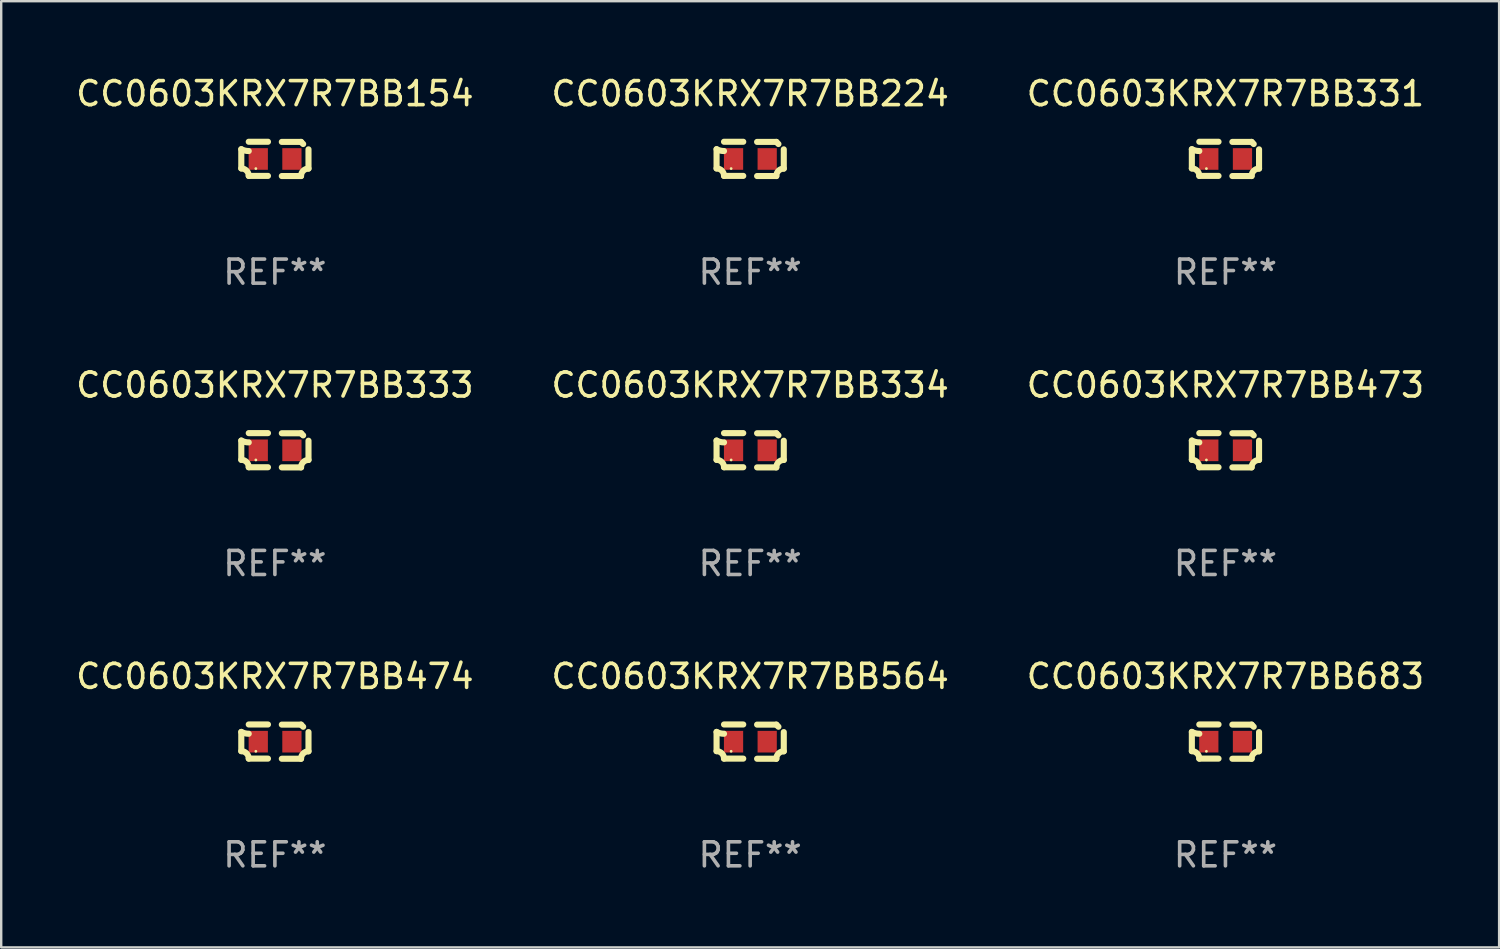
<source format=kicad_pcb>
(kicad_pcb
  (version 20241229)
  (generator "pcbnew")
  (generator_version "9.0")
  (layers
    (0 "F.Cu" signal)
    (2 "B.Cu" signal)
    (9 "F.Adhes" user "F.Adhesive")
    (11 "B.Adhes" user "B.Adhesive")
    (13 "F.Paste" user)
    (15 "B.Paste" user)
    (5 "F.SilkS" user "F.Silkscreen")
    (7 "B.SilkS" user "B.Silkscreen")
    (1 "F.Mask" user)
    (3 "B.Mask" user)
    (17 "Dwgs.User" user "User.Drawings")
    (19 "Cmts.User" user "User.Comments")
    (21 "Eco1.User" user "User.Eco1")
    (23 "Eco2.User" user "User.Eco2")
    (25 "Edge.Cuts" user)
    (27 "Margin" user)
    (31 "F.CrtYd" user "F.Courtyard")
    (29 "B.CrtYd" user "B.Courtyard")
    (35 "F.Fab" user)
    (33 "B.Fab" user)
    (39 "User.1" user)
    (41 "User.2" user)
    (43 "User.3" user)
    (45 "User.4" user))
  (footprint "CC0603KRX7R7BB333"
    (layer "F.Cu")
    (at 8.387 15.683)
    (property "Reference" "CC0603KRX7R7BB333" (at 0 -2.713 0) (layer "F.SilkS") (effects (font (size 1 1) (thickness 0.15))))
    (attr through_hole)
    (fp_line (start -1.398 -0.403) (end -1.398 0.397) (stroke (width 0.254) (type solid)) (layer "F.SilkS"))
    (fp_line (start -0.288 -0.713) (end -1.088 -0.713) (stroke (width 0.254) (type solid)) (layer "F.SilkS"))
    (fp_line (start -0.288 0.707) (end -1.088 0.707) (stroke (width 0.254) (type solid)) (layer "F.SilkS"))
    (fp_line (start 0.288 -0.707) (end 1.088 -0.707) (stroke (width 0.254) (type solid)) (layer "F.SilkS"))
    (fp_line (start 0.288 0.713) (end 1.088 0.713) (stroke (width 0.254) (type solid)) (layer "F.SilkS"))
    (fp_line (start 1.398 -0.397) (end 1.398 0.403) (stroke (width 0.254) (type solid)) (layer "F.SilkS"))
    (fp_arc (start -1.397789 0.397066) (mid -1.178701 0.487826) (end -1.08796 0.706922) (stroke (width 0.254001) (type solid)) (layer "F.SilkS"))
    (fp_arc (start -1.08796 -0.327176) (mid -1.247436 -0.346384) (end -1.39779 -0.402908) (stroke (width 0.254001) (type solid)) (layer "F.SilkS"))
    (fp_arc (start 1.087909 0.712738) (mid 1.178656 0.493655) (end 1.397739 0.402908) (stroke (width 0.254001) (type solid)) (layer "F.SilkS"))
    (fp_arc (start 1.175925 -0.618926) (mid 1.131917 -0.662923) (end 1.08791 -0.706922) (stroke (width 0.254001) (type solid)) (layer "F.SilkS"))
    (fp_circle (center -0.792 0.403) (end -0.762 0.403) (stroke (width 0.06) (type solid)) (fill no) (layer "F.SilkS"))
    (fp_text user "REF**" (at 0 4.713 0) (layer "F.Fab") (effects (font (size 1 1) (thickness 0.15))))
    (pad "1" smd rect (at -0.692 0.003) (size 0.8 0.9) (layers "F.Cu" "F.Mask" "F.Paste"))
    (pad "2" smd rect (at 0.708 0.003) (size 0.8 0.9) (layers "F.Cu" "F.Mask" "F.Paste")))
  (footprint "CC0603KRX7R7BB474"
    (layer "F.Cu")
    (at 8.387 27.805)
    (property "Reference" "CC0603KRX7R7BB474" (at 0 -2.713 0) (layer "F.SilkS") (effects (font (size 1 1) (thickness 0.15))))
    (attr through_hole)
    (fp_line (start -1.398 -0.403) (end -1.398 0.397) (stroke (width 0.254) (type solid)) (layer "F.SilkS"))
    (fp_line (start -0.288 -0.713) (end -1.088 -0.713) (stroke (width 0.254) (type solid)) (layer "F.SilkS"))
    (fp_line (start -0.288 0.707) (end -1.088 0.707) (stroke (width 0.254) (type solid)) (layer "F.SilkS"))
    (fp_line (start 0.288 -0.707) (end 1.088 -0.707) (stroke (width 0.254) (type solid)) (layer "F.SilkS"))
    (fp_line (start 0.288 0.713) (end 1.088 0.713) (stroke (width 0.254) (type solid)) (layer "F.SilkS"))
    (fp_line (start 1.398 -0.397) (end 1.398 0.403) (stroke (width 0.254) (type solid)) (layer "F.SilkS"))
    (fp_arc (start -1.397789 0.397066) (mid -1.178701 0.487826) (end -1.08796 0.706922) (stroke (width 0.254001) (type solid)) (layer "F.SilkS"))
    (fp_arc (start -1.08796 -0.327176) (mid -1.247436 -0.346384) (end -1.39779 -0.402908) (stroke (width 0.254001) (type solid)) (layer "F.SilkS"))
    (fp_arc (start 1.087909 0.712738) (mid 1.178656 0.493655) (end 1.397739 0.402908) (stroke (width 0.254001) (type solid)) (layer "F.SilkS"))
    (fp_arc (start 1.175925 -0.618926) (mid 1.131917 -0.662923) (end 1.08791 -0.706922) (stroke (width 0.254001) (type solid)) (layer "F.SilkS"))
    (fp_circle (center -0.792 0.403) (end -0.762 0.403) (stroke (width 0.06) (type solid)) (fill no) (layer "F.SilkS"))
    (fp_text user "REF**" (at 0 4.713 0) (layer "F.Fab") (effects (font (size 1 1) (thickness 0.15))))
    (pad "1" smd rect (at -0.692 0.003) (size 0.8 0.9) (layers "F.Cu" "F.Mask" "F.Paste"))
    (pad "2" smd rect (at 0.708 0.003) (size 0.8 0.9) (layers "F.Cu" "F.Mask" "F.Paste")))
  (footprint "CC0603KRX7R7BB473"
    (layer "F.Cu")
    (at 47.935 15.683)
    (property "Reference" "CC0603KRX7R7BB473" (at 0 -2.713 0) (layer "F.SilkS") (effects (font (size 1 1) (thickness 0.15))))
    (attr through_hole)
    (fp_line (start -1.398 -0.403) (end -1.398 0.397) (stroke (width 0.254) (type solid)) (layer "F.SilkS"))
    (fp_line (start -0.288 -0.713) (end -1.088 -0.713) (stroke (width 0.254) (type solid)) (layer "F.SilkS"))
    (fp_line (start -0.288 0.707) (end -1.088 0.707) (stroke (width 0.254) (type solid)) (layer "F.SilkS"))
    (fp_line (start 0.288 -0.707) (end 1.088 -0.707) (stroke (width 0.254) (type solid)) (layer "F.SilkS"))
    (fp_line (start 0.288 0.713) (end 1.088 0.713) (stroke (width 0.254) (type solid)) (layer "F.SilkS"))
    (fp_line (start 1.398 -0.397) (end 1.398 0.403) (stroke (width 0.254) (type solid)) (layer "F.SilkS"))
    (fp_arc (start -1.397789 0.397066) (mid -1.178701 0.487826) (end -1.08796 0.706922) (stroke (width 0.254001) (type solid)) (layer "F.SilkS"))
    (fp_arc (start -1.08796 -0.327176) (mid -1.247436 -0.346384) (end -1.39779 -0.402908) (stroke (width 0.254001) (type solid)) (layer "F.SilkS"))
    (fp_arc (start 1.087909 0.712738) (mid 1.178656 0.493655) (end 1.397739 0.402908) (stroke (width 0.254001) (type solid)) (layer "F.SilkS"))
    (fp_arc (start 1.175925 -0.618926) (mid 1.131917 -0.662923) (end 1.08791 -0.706922) (stroke (width 0.254001) (type solid)) (layer "F.SilkS"))
    (fp_circle (center -0.792 0.403) (end -0.762 0.403) (stroke (width 0.06) (type solid)) (fill no) (layer "F.SilkS"))
    (fp_text user "REF**" (at 0 4.713 0) (layer "F.Fab") (effects (font (size 1 1) (thickness 0.15))))
    (pad "1" smd rect (at -0.692 0.003) (size 0.8 0.9) (layers "F.Cu" "F.Mask" "F.Paste"))
    (pad "2" smd rect (at 0.708 0.003) (size 0.8 0.9) (layers "F.Cu" "F.Mask" "F.Paste")))
  (footprint "CC0603KRX7R7BB564"
    (layer "F.Cu")
    (at 28.161 27.805)
    (property "Reference" "CC0603KRX7R7BB564" (at 0 -2.713 0) (layer "F.SilkS") (effects (font (size 1 1) (thickness 0.15))))
    (attr through_hole)
    (fp_line (start -1.398 -0.403) (end -1.398 0.397) (stroke (width 0.254) (type solid)) (layer "F.SilkS"))
    (fp_line (start -0.288 -0.713) (end -1.088 -0.713) (stroke (width 0.254) (type solid)) (layer "F.SilkS"))
    (fp_line (start -0.288 0.707) (end -1.088 0.707) (stroke (width 0.254) (type solid)) (layer "F.SilkS"))
    (fp_line (start 0.288 -0.707) (end 1.088 -0.707) (stroke (width 0.254) (type solid)) (layer "F.SilkS"))
    (fp_line (start 0.288 0.713) (end 1.088 0.713) (stroke (width 0.254) (type solid)) (layer "F.SilkS"))
    (fp_line (start 1.398 -0.397) (end 1.398 0.403) (stroke (width 0.254) (type solid)) (layer "F.SilkS"))
    (fp_arc (start -1.397789 0.397066) (mid -1.178701 0.487826) (end -1.08796 0.706922) (stroke (width 0.254001) (type solid)) (layer "F.SilkS"))
    (fp_arc (start -1.08796 -0.327176) (mid -1.247436 -0.346384) (end -1.39779 -0.402908) (stroke (width 0.254001) (type solid)) (layer "F.SilkS"))
    (fp_arc (start 1.087909 0.712738) (mid 1.178656 0.493655) (end 1.397739 0.402908) (stroke (width 0.254001) (type solid)) (layer "F.SilkS"))
    (fp_arc (start 1.175925 -0.618926) (mid 1.131917 -0.662923) (end 1.08791 -0.706922) (stroke (width 0.254001) (type solid)) (layer "F.SilkS"))
    (fp_circle (center -0.792 0.403) (end -0.762 0.403) (stroke (width 0.06) (type solid)) (fill no) (layer "F.SilkS"))
    (fp_text user "REF**" (at 0 4.713 0) (layer "F.Fab") (effects (font (size 1 1) (thickness 0.15))))
    (pad "1" smd rect (at -0.692 0.003) (size 0.8 0.9) (layers "F.Cu" "F.Mask" "F.Paste"))
    (pad "2" smd rect (at 0.708 0.003) (size 0.8 0.9) (layers "F.Cu" "F.Mask" "F.Paste")))
  (footprint "CC0603KRX7R7BB224"
    (layer "F.Cu")
    (at 28.161 3.561)
    (property "Reference" "CC0603KRX7R7BB224" (at 0 -2.713 0) (layer "F.SilkS") (effects (font (size 1 1) (thickness 0.15))))
    (attr through_hole)
    (fp_line (start -1.398 -0.403) (end -1.398 0.397) (stroke (width 0.254) (type solid)) (layer "F.SilkS"))
    (fp_line (start -0.288 -0.713) (end -1.088 -0.713) (stroke (width 0.254) (type solid)) (layer "F.SilkS"))
    (fp_line (start -0.288 0.707) (end -1.088 0.707) (stroke (width 0.254) (type solid)) (layer "F.SilkS"))
    (fp_line (start 0.288 -0.707) (end 1.088 -0.707) (stroke (width 0.254) (type solid)) (layer "F.SilkS"))
    (fp_line (start 0.288 0.713) (end 1.088 0.713) (stroke (width 0.254) (type solid)) (layer "F.SilkS"))
    (fp_line (start 1.398 -0.397) (end 1.398 0.403) (stroke (width 0.254) (type solid)) (layer "F.SilkS"))
    (fp_arc (start -1.397789 0.397066) (mid -1.178701 0.487826) (end -1.08796 0.706922) (stroke (width 0.254001) (type solid)) (layer "F.SilkS"))
    (fp_arc (start -1.08796 -0.327176) (mid -1.247436 -0.346384) (end -1.39779 -0.402908) (stroke (width 0.254001) (type solid)) (layer "F.SilkS"))
    (fp_arc (start 1.087909 0.712738) (mid 1.178656 0.493655) (end 1.397739 0.402908) (stroke (width 0.254001) (type solid)) (layer "F.SilkS"))
    (fp_arc (start 1.175925 -0.618926) (mid 1.131917 -0.662923) (end 1.08791 -0.706922) (stroke (width 0.254001) (type solid)) (layer "F.SilkS"))
    (fp_circle (center -0.792 0.403) (end -0.762 0.403) (stroke (width 0.06) (type solid)) (fill no) (layer "F.SilkS"))
    (fp_text user "REF**" (at 0 4.713 0) (layer "F.Fab") (effects (font (size 1 1) (thickness 0.15))))
    (pad "1" smd rect (at -0.692 0.003) (size 0.8 0.9) (layers "F.Cu" "F.Mask" "F.Paste"))
    (pad "2" smd rect (at 0.708 0.003) (size 0.8 0.9) (layers "F.Cu" "F.Mask" "F.Paste")))
  (footprint "CC0603KRX7R7BB334"
    (layer "F.Cu")
    (at 28.161 15.683)
    (property "Reference" "CC0603KRX7R7BB334" (at 0 -2.713 0) (layer "F.SilkS") (effects (font (size 1 1) (thickness 0.15))))
    (attr through_hole)
    (fp_line (start -1.398 -0.403) (end -1.398 0.397) (stroke (width 0.254) (type solid)) (layer "F.SilkS"))
    (fp_line (start -0.288 -0.713) (end -1.088 -0.713) (stroke (width 0.254) (type solid)) (layer "F.SilkS"))
    (fp_line (start -0.288 0.707) (end -1.088 0.707) (stroke (width 0.254) (type solid)) (layer "F.SilkS"))
    (fp_line (start 0.288 -0.707) (end 1.088 -0.707) (stroke (width 0.254) (type solid)) (layer "F.SilkS"))
    (fp_line (start 0.288 0.713) (end 1.088 0.713) (stroke (width 0.254) (type solid)) (layer "F.SilkS"))
    (fp_line (start 1.398 -0.397) (end 1.398 0.403) (stroke (width 0.254) (type solid)) (layer "F.SilkS"))
    (fp_arc (start -1.397789 0.397066) (mid -1.178701 0.487826) (end -1.08796 0.706922) (stroke (width 0.254001) (type solid)) (layer "F.SilkS"))
    (fp_arc (start -1.08796 -0.327176) (mid -1.247436 -0.346384) (end -1.39779 -0.402908) (stroke (width 0.254001) (type solid)) (layer "F.SilkS"))
    (fp_arc (start 1.087909 0.712738) (mid 1.178656 0.493655) (end 1.397739 0.402908) (stroke (width 0.254001) (type solid)) (layer "F.SilkS"))
    (fp_arc (start 1.175925 -0.618926) (mid 1.131917 -0.662923) (end 1.08791 -0.706922) (stroke (width 0.254001) (type solid)) (layer "F.SilkS"))
    (fp_circle (center -0.792 0.403) (end -0.762 0.403) (stroke (width 0.06) (type solid)) (fill no) (layer "F.SilkS"))
    (fp_text user "REF**" (at 0 4.713 0) (layer "F.Fab") (effects (font (size 1 1) (thickness 0.15))))
    (pad "1" smd rect (at -0.692 0.003) (size 0.8 0.9) (layers "F.Cu" "F.Mask" "F.Paste"))
    (pad "2" smd rect (at 0.708 0.003) (size 0.8 0.9) (layers "F.Cu" "F.Mask" "F.Paste")))
  (footprint "CC0603KRX7R7BB154"
    (layer "F.Cu")
    (at 8.387 3.561)
    (property "Reference" "CC0603KRX7R7BB154" (at 0 -2.713 0) (layer "F.SilkS") (effects (font (size 1 1) (thickness 0.15))))
    (attr through_hole)
    (fp_line (start -1.398 -0.403) (end -1.398 0.397) (stroke (width 0.254) (type solid)) (layer "F.SilkS"))
    (fp_line (start -0.288 -0.713) (end -1.088 -0.713) (stroke (width 0.254) (type solid)) (layer "F.SilkS"))
    (fp_line (start -0.288 0.707) (end -1.088 0.707) (stroke (width 0.254) (type solid)) (layer "F.SilkS"))
    (fp_line (start 0.288 -0.707) (end 1.088 -0.707) (stroke (width 0.254) (type solid)) (layer "F.SilkS"))
    (fp_line (start 0.288 0.713) (end 1.088 0.713) (stroke (width 0.254) (type solid)) (layer "F.SilkS"))
    (fp_line (start 1.398 -0.397) (end 1.398 0.403) (stroke (width 0.254) (type solid)) (layer "F.SilkS"))
    (fp_arc (start -1.397789 0.397066) (mid -1.178701 0.487826) (end -1.08796 0.706922) (stroke (width 0.254001) (type solid)) (layer "F.SilkS"))
    (fp_arc (start -1.08796 -0.327176) (mid -1.247436 -0.346384) (end -1.39779 -0.402908) (stroke (width 0.254001) (type solid)) (layer "F.SilkS"))
    (fp_arc (start 1.087909 0.712738) (mid 1.178656 0.493655) (end 1.397739 0.402908) (stroke (width 0.254001) (type solid)) (layer "F.SilkS"))
    (fp_arc (start 1.175925 -0.618926) (mid 1.131917 -0.662923) (end 1.08791 -0.706922) (stroke (width 0.254001) (type solid)) (layer "F.SilkS"))
    (fp_circle (center -0.792 0.403) (end -0.762 0.403) (stroke (width 0.06) (type solid)) (fill no) (layer "F.SilkS"))
    (fp_text user "REF**" (at 0 4.713 0) (layer "F.Fab") (effects (font (size 1 1) (thickness 0.15))))
    (pad "1" smd rect (at -0.692 0.003) (size 0.8 0.9) (layers "F.Cu" "F.Mask" "F.Paste"))
    (pad "2" smd rect (at 0.708 0.003) (size 0.8 0.9) (layers "F.Cu" "F.Mask" "F.Paste")))
  (footprint "CC0603KRX7R7BB331"
    (layer "F.Cu")
    (at 47.935 3.561)
    (property "Reference" "CC0603KRX7R7BB331" (at 0 -2.713 0) (layer "F.SilkS") (effects (font (size 1 1) (thickness 0.15))))
    (attr through_hole)
    (fp_line (start -1.398 -0.403) (end -1.398 0.397) (stroke (width 0.254) (type solid)) (layer "F.SilkS"))
    (fp_line (start -0.288 -0.713) (end -1.088 -0.713) (stroke (width 0.254) (type solid)) (layer "F.SilkS"))
    (fp_line (start -0.288 0.707) (end -1.088 0.707) (stroke (width 0.254) (type solid)) (layer "F.SilkS"))
    (fp_line (start 0.288 -0.707) (end 1.088 -0.707) (stroke (width 0.254) (type solid)) (layer "F.SilkS"))
    (fp_line (start 0.288 0.713) (end 1.088 0.713) (stroke (width 0.254) (type solid)) (layer "F.SilkS"))
    (fp_line (start 1.398 -0.397) (end 1.398 0.403) (stroke (width 0.254) (type solid)) (layer "F.SilkS"))
    (fp_arc (start -1.397789 0.397066) (mid -1.178701 0.487826) (end -1.08796 0.706922) (stroke (width 0.254001) (type solid)) (layer "F.SilkS"))
    (fp_arc (start -1.08796 -0.327176) (mid -1.247436 -0.346384) (end -1.39779 -0.402908) (stroke (width 0.254001) (type solid)) (layer "F.SilkS"))
    (fp_arc (start 1.087909 0.712738) (mid 1.178656 0.493655) (end 1.397739 0.402908) (stroke (width 0.254001) (type solid)) (layer "F.SilkS"))
    (fp_arc (start 1.175925 -0.618926) (mid 1.131917 -0.662923) (end 1.08791 -0.706922) (stroke (width 0.254001) (type solid)) (layer "F.SilkS"))
    (fp_circle (center -0.792 0.403) (end -0.762 0.403) (stroke (width 0.06) (type solid)) (fill no) (layer "F.SilkS"))
    (fp_text user "REF**" (at 0 4.713 0) (layer "F.Fab") (effects (font (size 1 1) (thickness 0.15))))
    (pad "1" smd rect (at -0.692 0.003) (size 0.8 0.9) (layers "F.Cu" "F.Mask" "F.Paste"))
    (pad "2" smd rect (at 0.708 0.003) (size 0.8 0.9) (layers "F.Cu" "F.Mask" "F.Paste")))
  (footprint "CC0603KRX7R7BB683"
    (layer "F.Cu")
    (at 47.935 27.805)
    (property "Reference" "CC0603KRX7R7BB683" (at 0 -2.713 0) (layer "F.SilkS") (effects (font (size 1 1) (thickness 0.15))))
    (attr through_hole)
    (fp_line (start -1.398 -0.403) (end -1.398 0.397) (stroke (width 0.254) (type solid)) (layer "F.SilkS"))
    (fp_line (start -0.288 -0.713) (end -1.088 -0.713) (stroke (width 0.254) (type solid)) (layer "F.SilkS"))
    (fp_line (start -0.288 0.707) (end -1.088 0.707) (stroke (width 0.254) (type solid)) (layer "F.SilkS"))
    (fp_line (start 0.288 -0.707) (end 1.088 -0.707) (stroke (width 0.254) (type solid)) (layer "F.SilkS"))
    (fp_line (start 0.288 0.713) (end 1.088 0.713) (stroke (width 0.254) (type solid)) (layer "F.SilkS"))
    (fp_line (start 1.398 -0.397) (end 1.398 0.403) (stroke (width 0.254) (type solid)) (layer "F.SilkS"))
    (fp_arc (start -1.397789 0.397066) (mid -1.178701 0.487826) (end -1.08796 0.706922) (stroke (width 0.254001) (type solid)) (layer "F.SilkS"))
    (fp_arc (start -1.08796 -0.327176) (mid -1.247436 -0.346384) (end -1.39779 -0.402908) (stroke (width 0.254001) (type solid)) (layer "F.SilkS"))
    (fp_arc (start 1.087909 0.712738) (mid 1.178656 0.493655) (end 1.397739 0.402908) (stroke (width 0.254001) (type solid)) (layer "F.SilkS"))
    (fp_arc (start 1.175925 -0.618926) (mid 1.131917 -0.662923) (end 1.08791 -0.706922) (stroke (width 0.254001) (type solid)) (layer "F.SilkS"))
    (fp_circle (center -0.792 0.403) (end -0.762 0.403) (stroke (width 0.06) (type solid)) (fill no) (layer "F.SilkS"))
    (fp_text user "REF**" (at 0 4.713 0) (layer "F.Fab") (effects (font (size 1 1) (thickness 0.15))))
    (pad "1" smd rect (at -0.692 0.003) (size 0.8 0.9) (layers "F.Cu" "F.Mask" "F.Paste"))
    (pad "2" smd rect (at 0.708 0.003) (size 0.8 0.9) (layers "F.Cu" "F.Mask" "F.Paste")))
  (gr_rect
    (start -3 -3)
    (end 59.321 36.366)
    (stroke (width 0.1) (type default))
    (fill no)
    (layer "Edge.Cuts")))
</source>
